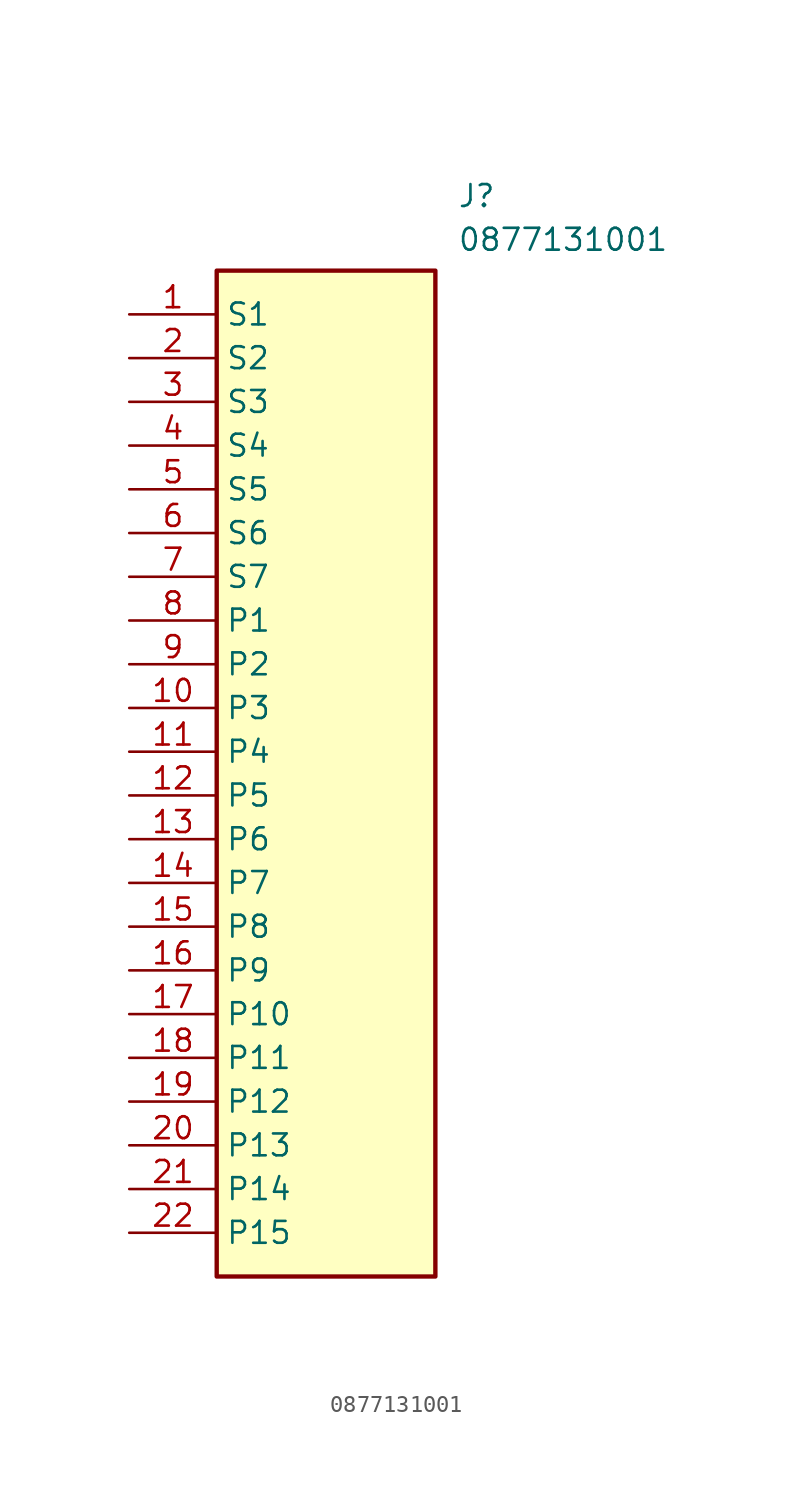
<source format=kicad_sym>
(kicad_symbol_lib
  (version 20211014)
  (generator SamacSys_ECAD_Model)
  (symbol "0877131001"
    (property "Reference" "J"
      (at 19.05 7.62 0)
      (effects (font (size 1.27 1.27)) (justify left top)))
    (property "Value" "0877131001"
      (at 19.05 5.08 0)
      (effects (font (size 1.27 1.27)) (justify left top)))
    (rectangle
      (start 5.08 2.54)
      (end 17.78 -55.88)
      (stroke (width 0.254) (type default))
      (fill (type background)))
    (pin passive line
      (at 0 0 0)
      (length 5.08)
      (name "S1" (effects (font (size 1.27 1.27))))
      (number "1" (effects (font (size 1.27 1.27)))))
    (pin passive line
      (at 0 -2.54 0)
      (length 5.08)
      (name "S2" (effects (font (size 1.27 1.27))))
      (number "2" (effects (font (size 1.27 1.27)))))
    (pin passive line
      (at 0 -5.08 0)
      (length 5.08)
      (name "S3" (effects (font (size 1.27 1.27))))
      (number "3" (effects (font (size 1.27 1.27)))))
    (pin passive line
      (at 0 -7.62 0)
      (length 5.08)
      (name "S4" (effects (font (size 1.27 1.27))))
      (number "4" (effects (font (size 1.27 1.27)))))
    (pin passive line
      (at 0 -10.16 0)
      (length 5.08)
      (name "S5" (effects (font (size 1.27 1.27))))
      (number "5" (effects (font (size 1.27 1.27)))))
    (pin passive line
      (at 0 -12.7 0)
      (length 5.08)
      (name "S6" (effects (font (size 1.27 1.27))))
      (number "6" (effects (font (size 1.27 1.27)))))
    (pin passive line
      (at 0 -15.24 0)
      (length 5.08)
      (name "S7" (effects (font (size 1.27 1.27))))
      (number "7" (effects (font (size 1.27 1.27)))))
    (pin passive line
      (at 0 -17.78 0)
      (length 5.08)
      (name "P1" (effects (font (size 1.27 1.27))))
      (number "8" (effects (font (size 1.27 1.27)))))
    (pin passive line
      (at 0 -20.32 0)
      (length 5.08)
      (name "P2" (effects (font (size 1.27 1.27))))
      (number "9" (effects (font (size 1.27 1.27)))))
    (pin passive line
      (at 0 -22.86 0)
      (length 5.08)
      (name "P3" (effects (font (size 1.27 1.27))))
      (number "10" (effects (font (size 1.27 1.27)))))
    (pin passive line
      (at 0 -25.4 0)
      (length 5.08)
      (name "P4" (effects (font (size 1.27 1.27))))
      (number "11" (effects (font (size 1.27 1.27)))))
    (pin passive line
      (at 0 -27.94 0)
      (length 5.08)
      (name "P5" (effects (font (size 1.27 1.27))))
      (number "12" (effects (font (size 1.27 1.27)))))
    (pin passive line
      (at 0 -30.48 0)
      (length 5.08)
      (name "P6" (effects (font (size 1.27 1.27))))
      (number "13" (effects (font (size 1.27 1.27)))))
    (pin passive line
      (at 0 -33.02 0)
      (length 5.08)
      (name "P7" (effects (font (size 1.27 1.27))))
      (number "14" (effects (font (size 1.27 1.27)))))
    (pin passive line
      (at 0 -35.56 0)
      (length 5.08)
      (name "P8" (effects (font (size 1.27 1.27))))
      (number "15" (effects (font (size 1.27 1.27)))))
    (pin passive line
      (at 0 -38.1 0)
      (length 5.08)
      (name "P9" (effects (font (size 1.27 1.27))))
      (number "16" (effects (font (size 1.27 1.27)))))
    (pin passive line
      (at 0 -40.64 0)
      (length 5.08)
      (name "P10" (effects (font (size 1.27 1.27))))
      (number "17" (effects (font (size 1.27 1.27)))))
    (pin passive line
      (at 0 -43.18 0)
      (length 5.08)
      (name "P11" (effects (font (size 1.27 1.27))))
      (number "18" (effects (font (size 1.27 1.27)))))
    (pin passive line
      (at 0 -45.72 0)
      (length 5.08)
      (name "P12" (effects (font (size 1.27 1.27))))
      (number "19" (effects (font (size 1.27 1.27)))))
    (pin passive line
      (at 0 -48.26 0)
      (length 5.08)
      (name "P13" (effects (font (size 1.27 1.27))))
      (number "20" (effects (font (size 1.27 1.27)))))
    (pin passive line
      (at 0 -50.8 0)
      (length 5.08)
      (name "P14" (effects (font (size 1.27 1.27))))
      (number "21" (effects (font (size 1.27 1.27)))))
    (pin passive line
      (at 0 -53.34 0)
      (length 5.08)
      (name "P15" (effects (font (size 1.27 1.27))))
      (number "22" (effects (font (size 1.27 1.27)))))))
</source>
